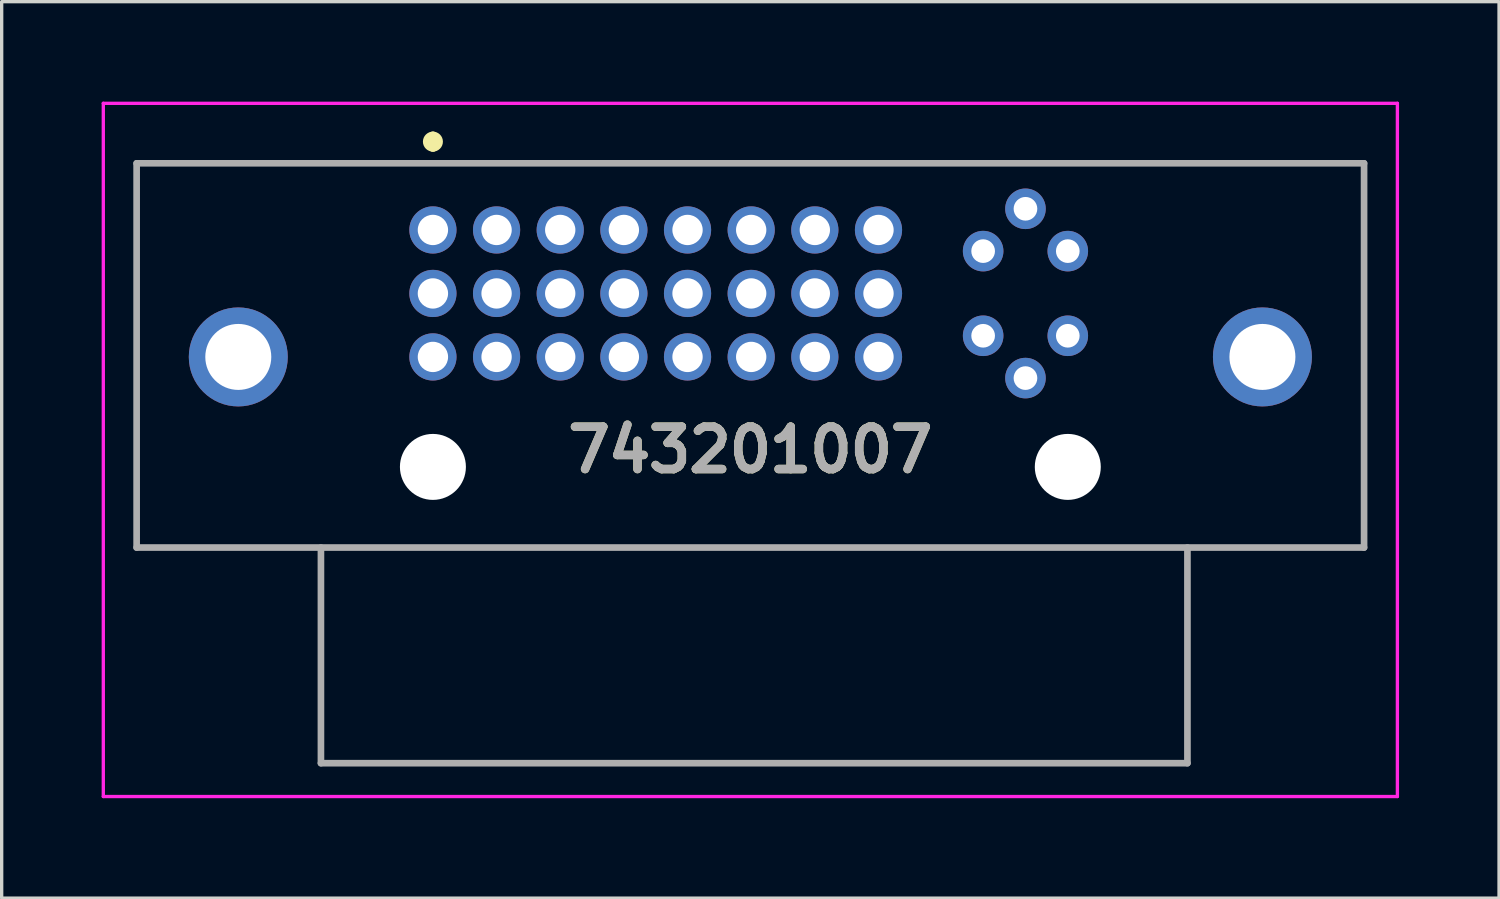
<source format=kicad_pcb>
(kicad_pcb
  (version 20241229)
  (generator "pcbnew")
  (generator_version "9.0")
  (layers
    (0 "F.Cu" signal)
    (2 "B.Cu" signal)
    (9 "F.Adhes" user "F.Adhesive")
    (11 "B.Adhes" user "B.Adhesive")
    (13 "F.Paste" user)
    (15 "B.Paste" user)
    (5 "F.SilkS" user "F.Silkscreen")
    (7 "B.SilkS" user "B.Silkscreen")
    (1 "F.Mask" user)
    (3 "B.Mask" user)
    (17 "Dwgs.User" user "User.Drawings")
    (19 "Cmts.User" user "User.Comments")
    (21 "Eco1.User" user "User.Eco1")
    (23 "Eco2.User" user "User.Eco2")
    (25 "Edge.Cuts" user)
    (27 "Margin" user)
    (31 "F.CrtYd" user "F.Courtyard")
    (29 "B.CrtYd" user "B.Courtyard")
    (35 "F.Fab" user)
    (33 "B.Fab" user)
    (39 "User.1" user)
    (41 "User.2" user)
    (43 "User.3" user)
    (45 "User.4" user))
  (footprint "743201007"
    (layer "F.Cu")
    (at 9.94 3.85)
    (property "Reference" "743201007" (at 9.525 6.6 0) (layer "F.SilkS") (effects (font (size 1.27 1.27) (thickness 0.254))))
    (attr through_hole)
    (fp_line (start -8.89 -2) (end 27.94 -2) (stroke (width 0.1) (type solid)) (layer "F.SilkS"))
    (fp_line (start -8.89 9.53) (end -8.89 -2) (stroke (width 0.1) (type solid)) (layer "F.SilkS"))
    (fp_line (start 0 -2.8) (end 0 -2.8) (stroke (width 0.3) (type solid)) (layer "F.SilkS"))
    (fp_line (start 0 -2.5) (end 0 -2.5) (stroke (width 0.3) (type solid)) (layer "F.SilkS"))
    (fp_line (start 27.94 -2) (end 27.94 9.53) (stroke (width 0.1) (type solid)) (layer "F.SilkS"))
    (fp_line (start 27.94 9.53) (end -8.89 9.53) (stroke (width 0.1) (type solid)) (layer "F.SilkS"))
    (fp_arc (start 0 -2.8) (mid 0.15 -2.65) (end 0 -2.5) (stroke (width 0.3) (type solid)) (layer "F.SilkS"))
    (fp_arc (start 0 -2.5) (mid -0.15 -2.65) (end 0 -2.8) (stroke (width 0.3) (type solid)) (layer "F.SilkS"))
    (fp_line (start -9.89 -3.8) (end 28.94 -3.8) (stroke (width 0.1) (type solid)) (layer "F.CrtYd"))
    (fp_line (start -9.89 17) (end -9.89 -3.8) (stroke (width 0.1) (type solid)) (layer "F.CrtYd"))
    (fp_line (start 28.94 -3.8) (end 28.94 17) (stroke (width 0.1) (type solid)) (layer "F.CrtYd"))
    (fp_line (start 28.94 17) (end -9.89 17) (stroke (width 0.1) (type solid)) (layer "F.CrtYd"))
    (fp_line (start -8.89 -2) (end 27.94 -2) (stroke (width 0.2) (type solid)) (layer "F.Fab"))
    (fp_line (start -8.89 9.53) (end -8.89 -2) (stroke (width 0.2) (type solid)) (layer "F.Fab"))
    (fp_line (start -3.36 9.53) (end -3.36 16) (stroke (width 0.2) (type solid)) (layer "F.Fab"))
    (fp_line (start -3.36 16) (end 22.64 16) (stroke (width 0.2) (type solid)) (layer "F.Fab"))
    (fp_line (start 22.64 16) (end 22.64 9.53) (stroke (width 0.2) (type solid)) (layer "F.Fab"))
    (fp_line (start 27.94 -2) (end 27.94 9.53) (stroke (width 0.2) (type solid)) (layer "F.Fab"))
    (fp_line (start 27.94 9.53) (end -8.89 9.53) (stroke (width 0.2) (type solid)) (layer "F.Fab"))
    (fp_text user "${REFERENCE}" (at 9.525 6.6 0) (layer "F.Fab") (effects (font (size 1.27 1.27) (thickness 0.254))))
    (pad "" np_thru_hole circle (at 0 7.11) (size 1.98 1.98) (drill 1.98) (layers "*.Cu" "*.Mask"))
    (pad "" np_thru_hole circle (at 19.05 7.11) (size 1.98 1.98) (drill 1.98) (layers "*.Cu" "*.Mask"))
    (pad "1" thru_hole circle (at 0 0) (size 1.416 1.416) (drill 0.91) (layers "*.Cu" "*.Mask"))
    (pad "2" thru_hole circle (at 1.91 0) (size 1.416 1.416) (drill 0.91) (layers "*.Cu" "*.Mask"))
    (pad "3" thru_hole circle (at 3.82 0) (size 1.416 1.416) (drill 0.91) (layers "*.Cu" "*.Mask"))
    (pad "4" thru_hole circle (at 5.73 0) (size 1.416 1.416) (drill 0.91) (layers "*.Cu" "*.Mask"))
    (pad "5" thru_hole circle (at 7.64 0) (size 1.416 1.416) (drill 0.91) (layers "*.Cu" "*.Mask"))
    (pad "6" thru_hole circle (at 9.55 0) (size 1.416 1.416) (drill 0.91) (layers "*.Cu" "*.Mask"))
    (pad "7" thru_hole circle (at 11.46 0) (size 1.416 1.416) (drill 0.91) (layers "*.Cu" "*.Mask"))
    (pad "8" thru_hole circle (at 13.37 0) (size 1.416 1.416) (drill 0.91) (layers "*.Cu" "*.Mask"))
    (pad "9" thru_hole circle (at 0 1.905) (size 1.416 1.416) (drill 0.91) (layers "*.Cu" "*.Mask"))
    (pad "10" thru_hole circle (at 1.91 1.905) (size 1.416 1.416) (drill 0.91) (layers "*.Cu" "*.Mask"))
    (pad "11" thru_hole circle (at 3.82 1.905) (size 1.416 1.416) (drill 0.91) (layers "*.Cu" "*.Mask"))
    (pad "12" thru_hole circle (at 5.73 1.905) (size 1.416 1.416) (drill 0.91) (layers "*.Cu" "*.Mask"))
    (pad "13" thru_hole circle (at 7.64 1.905) (size 1.416 1.416) (drill 0.91) (layers "*.Cu" "*.Mask"))
    (pad "14" thru_hole circle (at 9.55 1.905) (size 1.416 1.416) (drill 0.91) (layers "*.Cu" "*.Mask"))
    (pad "15" thru_hole circle (at 11.46 1.905) (size 1.416 1.416) (drill 0.91) (layers "*.Cu" "*.Mask"))
    (pad "16" thru_hole circle (at 13.37 1.905) (size 1.416 1.416) (drill 0.91) (layers "*.Cu" "*.Mask"))
    (pad "17" thru_hole circle (at 0 3.81) (size 1.416 1.416) (drill 0.91) (layers "*.Cu" "*.Mask"))
    (pad "18" thru_hole circle (at 1.91 3.81) (size 1.416 1.416) (drill 0.91) (layers "*.Cu" "*.Mask"))
    (pad "19" thru_hole circle (at 3.82 3.81) (size 1.416 1.416) (drill 0.91) (layers "*.Cu" "*.Mask"))
    (pad "20" thru_hole circle (at 5.73 3.81) (size 1.416 1.416) (drill 0.91) (layers "*.Cu" "*.Mask"))
    (pad "21" thru_hole circle (at 7.64 3.81) (size 1.416 1.416) (drill 0.91) (layers "*.Cu" "*.Mask"))
    (pad "22" thru_hole circle (at 9.55 3.81) (size 1.416 1.416) (drill 0.91) (layers "*.Cu" "*.Mask"))
    (pad "23" thru_hole circle (at 11.46 3.81) (size 1.416 1.416) (drill 0.91) (layers "*.Cu" "*.Mask"))
    (pad "24" thru_hole circle (at 13.37 3.81) (size 1.416 1.416) (drill 0.91) (layers "*.Cu" "*.Mask"))
    (pad "C1" thru_hole circle (at 16.51 0.635) (size 1.217 1.217) (drill 0.71) (layers "*.Cu" "*.Mask"))
    (pad "C2" thru_hole circle (at 19.05 0.635) (size 1.217 1.217) (drill 0.71) (layers "*.Cu" "*.Mask"))
    (pad "C3" thru_hole circle (at 16.51 3.175) (size 1.217 1.217) (drill 0.71) (layers "*.Cu" "*.Mask"))
    (pad "C4" thru_hole circle (at 19.05 3.175) (size 1.217 1.217) (drill 0.71) (layers "*.Cu" "*.Mask"))
    (pad "C5" thru_hole circle (at 17.78 4.445) (size 1.217 1.217) (drill 0.71) (layers "*.Cu" "*.Mask"))
    (pad "C6" thru_hole circle (at 17.78 -0.635) (size 1.217 1.217) (drill 0.71) (layers "*.Cu" "*.Mask"))
    (pad "MH1" thru_hole circle (at -5.84 3.81) (size 2.97 2.97) (drill 1.98) (layers "*.Cu" "*.Mask"))
    (pad "MH2" thru_hole circle (at 24.89 3.81) (size 2.97 2.97) (drill 1.98) (layers "*.Cu" "*.Mask")))
  (gr_rect
    (start -3 -3)
    (end 41.93 23.9)
    (stroke (width 0.1) (type default))
    (fill no)
    (layer "Edge.Cuts")))
</source>
